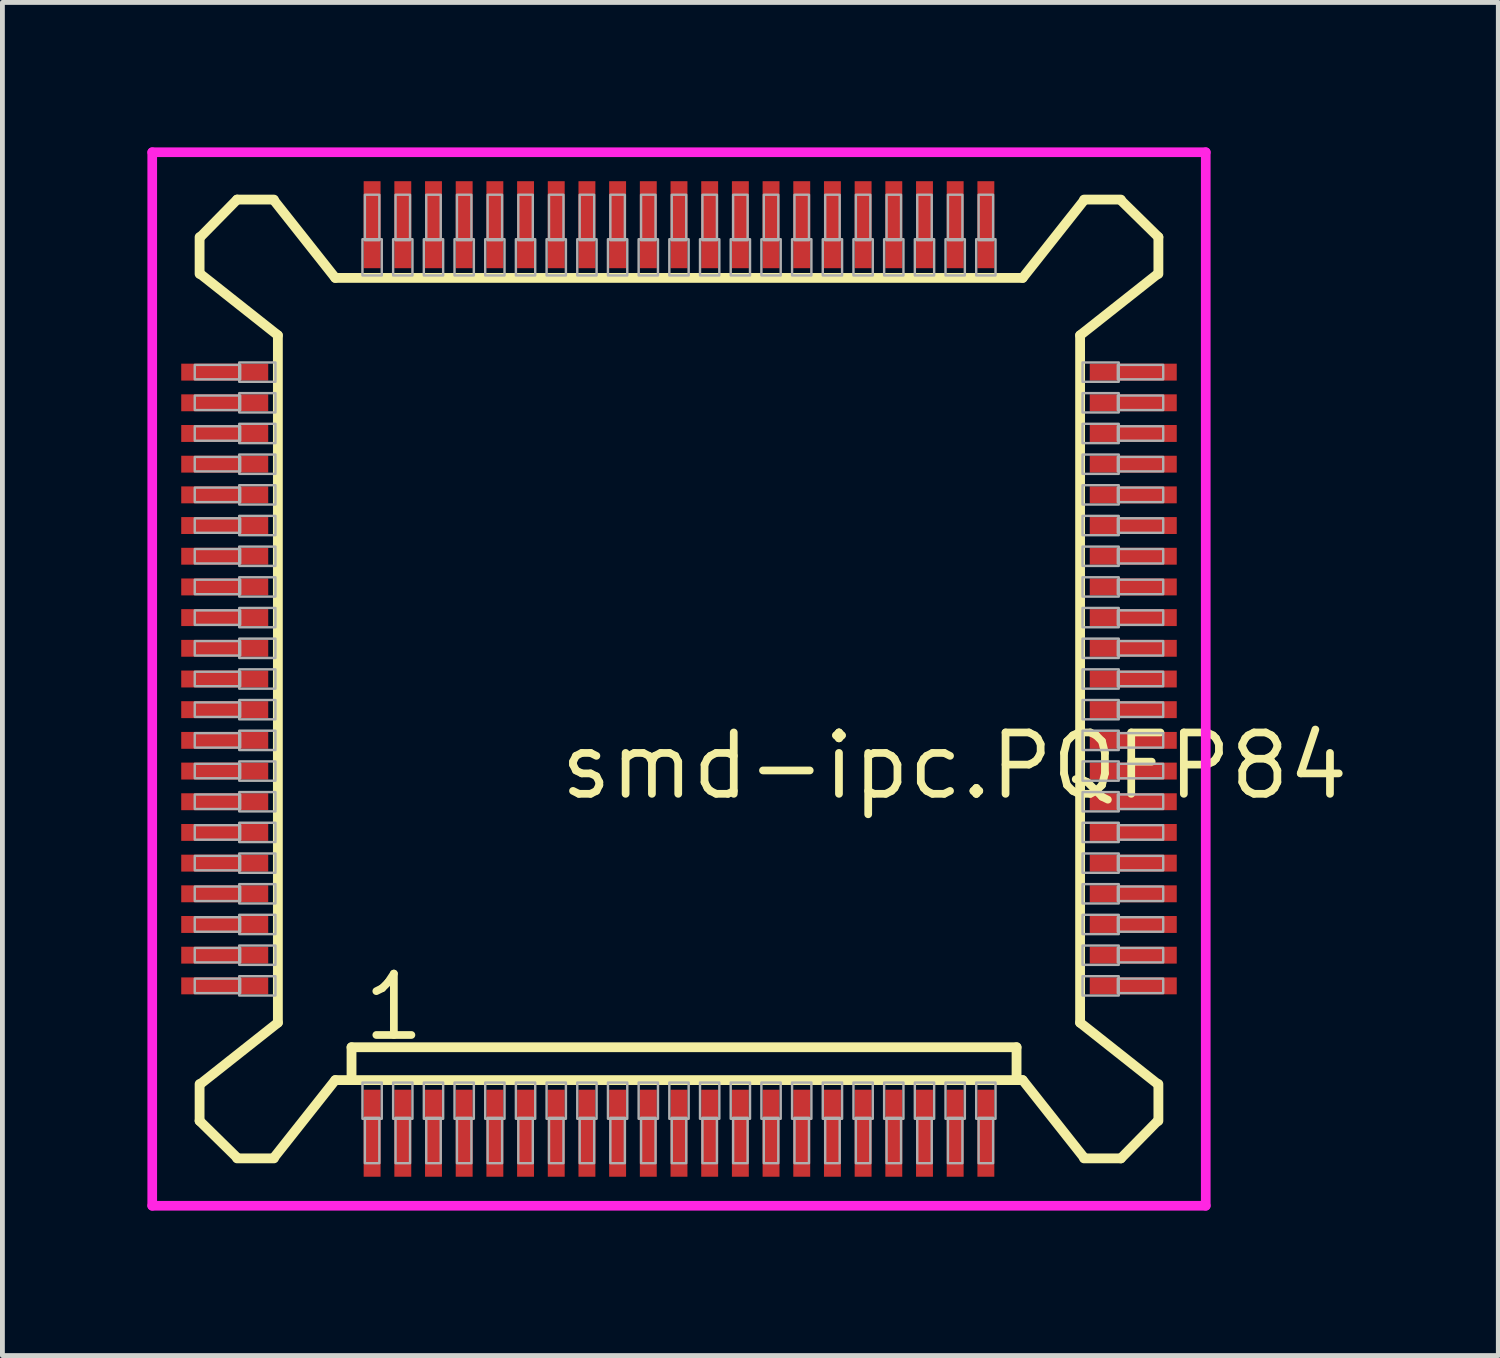
<source format=kicad_pcb>
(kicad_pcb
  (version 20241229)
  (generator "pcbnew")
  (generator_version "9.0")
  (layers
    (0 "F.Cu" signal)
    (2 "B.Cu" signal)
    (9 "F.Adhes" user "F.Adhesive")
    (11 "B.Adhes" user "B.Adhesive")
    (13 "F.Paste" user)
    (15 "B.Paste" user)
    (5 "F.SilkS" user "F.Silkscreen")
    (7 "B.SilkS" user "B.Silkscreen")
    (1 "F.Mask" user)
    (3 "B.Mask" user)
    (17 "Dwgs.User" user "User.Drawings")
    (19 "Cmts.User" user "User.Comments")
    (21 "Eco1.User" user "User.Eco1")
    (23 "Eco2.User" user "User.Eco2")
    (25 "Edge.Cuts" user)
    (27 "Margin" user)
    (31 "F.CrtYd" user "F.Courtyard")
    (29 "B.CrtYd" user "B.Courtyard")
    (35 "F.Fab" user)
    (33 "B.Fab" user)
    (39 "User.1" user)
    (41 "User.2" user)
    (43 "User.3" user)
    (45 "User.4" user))
  (footprint "smd-ipc.PQFP84"
    (layer "F.Cu")
    (at 11 11)
    (property "Reference" "smd-ipc.PQFP84" (at -2.54 2.54 0) (layer "F.SilkS") (effects (font (size 1.27 1.27) (thickness 0.16)) (justify left bottom)))
    (attr smd)
    (fp_line (start -9.92 -9.144) (end -9.92 -8.382) (stroke (width 0.203) (type default)) (layer "F.SilkS"))
    (fp_line (start -9.92 8.382) (end -9.92 9.144) (stroke (width 0.203) (type default)) (layer "F.SilkS"))
    (fp_line (start -9.92 9.144) (end -9.144 9.906) (stroke (width 0.203) (type default)) (layer "F.SilkS"))
    (fp_line (start -9.906 -8.382) (end -8.3 -7.112) (stroke (width 0.203) (type default)) (layer "F.SilkS"))
    (fp_line (start -9.144 -9.92) (end -9.906 -9.144) (stroke (width 0.203) (type default)) (layer "F.SilkS"))
    (fp_line (start -9.144 9.92) (end -8.382 9.92) (stroke (width 0.203) (type default)) (layer "F.SilkS"))
    (fp_line (start -8.382 -9.92) (end -9.144 -9.92) (stroke (width 0.203) (type default)) (layer "F.SilkS"))
    (fp_line (start -8.382 9.906) (end -7.112 8.3) (stroke (width 0.203) (type default)) (layer "F.SilkS"))
    (fp_line (start -8.3 -7.112) (end -8.3 7.112) (stroke (width 0.203) (type default)) (layer "F.SilkS"))
    (fp_line (start -8.3 7.112) (end -9.906 8.382) (stroke (width 0.203) (type default)) (layer "F.SilkS"))
    (fp_line (start -7.112 -8.3) (end -8.382 -9.906) (stroke (width 0.203) (type default)) (layer "F.SilkS"))
    (fp_line (start -7.112 8.3) (end -6.776 8.3) (stroke (width 0.203) (type default)) (layer "F.SilkS"))
    (fp_line (start -6.776 7.62) (end 6.985 7.62) (stroke (width 0.203) (type default)) (layer "F.SilkS"))
    (fp_line (start -6.776 8.3) (end -6.776 7.62) (stroke (width 0.203) (type default)) (layer "F.SilkS"))
    (fp_line (start -6.776 8.3) (end 7.112 8.3) (stroke (width 0.203) (type default)) (layer "F.SilkS"))
    (fp_line (start 6.985 7.62) (end 6.985 8.255) (stroke (width 0.203) (type default)) (layer "F.SilkS"))
    (fp_line (start 7.112 -8.3) (end -7.112 -8.3) (stroke (width 0.203) (type default)) (layer "F.SilkS"))
    (fp_line (start 7.112 8.3) (end 8.382 9.906) (stroke (width 0.203) (type default)) (layer "F.SilkS"))
    (fp_line (start 8.3 -7.112) (end 9.906 -8.382) (stroke (width 0.203) (type default)) (layer "F.SilkS"))
    (fp_line (start 8.3 7.112) (end 8.3 -7.112) (stroke (width 0.203) (type default)) (layer "F.SilkS"))
    (fp_line (start 8.382 -9.906) (end 7.112 -8.3) (stroke (width 0.203) (type default)) (layer "F.SilkS"))
    (fp_line (start 8.382 9.92) (end 9.144 9.92) (stroke (width 0.203) (type default)) (layer "F.SilkS"))
    (fp_line (start 9.144 -9.92) (end 8.382 -9.92) (stroke (width 0.203) (type default)) (layer "F.SilkS"))
    (fp_line (start 9.144 9.92) (end 9.906 9.144) (stroke (width 0.203) (type default)) (layer "F.SilkS"))
    (fp_line (start 9.906 8.382) (end 8.3 7.112) (stroke (width 0.203) (type default)) (layer "F.SilkS"))
    (fp_line (start 9.92 -9.144) (end 9.144 -9.906) (stroke (width 0.203) (type default)) (layer "F.SilkS"))
    (fp_line (start 9.92 -8.382) (end 9.92 -9.144) (stroke (width 0.203) (type default)) (layer "F.SilkS"))
    (fp_line (start 9.92 9.144) (end 9.92 8.382) (stroke (width 0.203) (type default)) (layer "F.SilkS"))
    (fp_line (start -10.9 -10.9) (end 10.9 -10.9) (stroke (width 0.2) (type default)) (layer "F.CrtYd"))
    (fp_line (start -10.9 10.9) (end -10.9 -10.9) (stroke (width 0.2) (type default)) (layer "F.CrtYd"))
    (fp_line (start 10.9 -10.9) (end 10.9 10.9) (stroke (width 0.2) (type default)) (layer "F.CrtYd"))
    (fp_line (start 10.9 10.9) (end -10.9 10.9) (stroke (width 0.2) (type default)) (layer "F.CrtYd"))
    (fp_rect (start -10.02 -6.2) (end -9.08 -6.5) (stroke (width 0.05) (type default)) (fill no) (layer "F.Fab"))
    (fp_rect (start -10.02 -5.565) (end -9.08 -5.865) (stroke (width 0.05) (type default)) (fill no) (layer "F.Fab"))
    (fp_rect (start -10.02 -4.93) (end -9.08 -5.23) (stroke (width 0.05) (type default)) (fill no) (layer "F.Fab"))
    (fp_rect (start -10.02 -4.295) (end -9.08 -4.595) (stroke (width 0.05) (type default)) (fill no) (layer "F.Fab"))
    (fp_rect (start -10.02 -3.66) (end -9.08 -3.96) (stroke (width 0.05) (type default)) (fill no) (layer "F.Fab"))
    (fp_rect (start -10.02 -3.025) (end -9.08 -3.325) (stroke (width 0.05) (type default)) (fill no) (layer "F.Fab"))
    (fp_rect (start -10.02 -2.39) (end -9.08 -2.69) (stroke (width 0.05) (type default)) (fill no) (layer "F.Fab"))
    (fp_rect (start -10.02 -1.755) (end -9.08 -2.055) (stroke (width 0.05) (type default)) (fill no) (layer "F.Fab"))
    (fp_rect (start -10.02 -1.12) (end -9.08 -1.42) (stroke (width 0.05) (type default)) (fill no) (layer "F.Fab"))
    (fp_rect (start -10.02 -0.485) (end -9.08 -0.785) (stroke (width 0.05) (type default)) (fill no) (layer "F.Fab"))
    (fp_rect (start -10.02 0.15) (end -9.08 -0.15) (stroke (width 0.05) (type default)) (fill no) (layer "F.Fab"))
    (fp_rect (start -10.02 0.785) (end -9.08 0.485) (stroke (width 0.05) (type default)) (fill no) (layer "F.Fab"))
    (fp_rect (start -10.02 1.42) (end -9.08 1.12) (stroke (width 0.05) (type default)) (fill no) (layer "F.Fab"))
    (fp_rect (start -10.02 2.055) (end -9.08 1.755) (stroke (width 0.05) (type default)) (fill no) (layer "F.Fab"))
    (fp_rect (start -10.02 2.69) (end -9.08 2.39) (stroke (width 0.05) (type default)) (fill no) (layer "F.Fab"))
    (fp_rect (start -10.02 3.325) (end -9.08 3.025) (stroke (width 0.05) (type default)) (fill no) (layer "F.Fab"))
    (fp_rect (start -10.02 3.96) (end -9.08 3.66) (stroke (width 0.05) (type default)) (fill no) (layer "F.Fab"))
    (fp_rect (start -10.02 4.595) (end -9.08 4.295) (stroke (width 0.05) (type default)) (fill no) (layer "F.Fab"))
    (fp_rect (start -10.02 5.23) (end -9.08 4.93) (stroke (width 0.05) (type default)) (fill no) (layer "F.Fab"))
    (fp_rect (start -10.02 5.865) (end -9.08 5.565) (stroke (width 0.05) (type default)) (fill no) (layer "F.Fab"))
    (fp_rect (start -10.02 6.5) (end -9.08 6.2) (stroke (width 0.05) (type default)) (fill no) (layer "F.Fab"))
    (fp_rect (start -9.1 -6.15) (end -8.35 -6.55) (stroke (width 0.05) (type default)) (fill no) (layer "F.Fab"))
    (fp_rect (start -9.1 -5.515) (end -8.35 -5.915) (stroke (width 0.05) (type default)) (fill no) (layer "F.Fab"))
    (fp_rect (start -9.1 -4.88) (end -8.35 -5.28) (stroke (width 0.05) (type default)) (fill no) (layer "F.Fab"))
    (fp_rect (start -9.1 -4.245) (end -8.35 -4.645) (stroke (width 0.05) (type default)) (fill no) (layer "F.Fab"))
    (fp_rect (start -9.1 -3.61) (end -8.35 -4.01) (stroke (width 0.05) (type default)) (fill no) (layer "F.Fab"))
    (fp_rect (start -9.1 -2.975) (end -8.35 -3.375) (stroke (width 0.05) (type default)) (fill no) (layer "F.Fab"))
    (fp_rect (start -9.1 -2.34) (end -8.35 -2.74) (stroke (width 0.05) (type default)) (fill no) (layer "F.Fab"))
    (fp_rect (start -9.1 -1.705) (end -8.35 -2.105) (stroke (width 0.05) (type default)) (fill no) (layer "F.Fab"))
    (fp_rect (start -9.1 -1.07) (end -8.35 -1.47) (stroke (width 0.05) (type default)) (fill no) (layer "F.Fab"))
    (fp_rect (start -9.1 -0.435) (end -8.35 -0.835) (stroke (width 0.05) (type default)) (fill no) (layer "F.Fab"))
    (fp_rect (start -9.1 0.2) (end -8.35 -0.2) (stroke (width 0.05) (type default)) (fill no) (layer "F.Fab"))
    (fp_rect (start -9.1 0.835) (end -8.35 0.435) (stroke (width 0.05) (type default)) (fill no) (layer "F.Fab"))
    (fp_rect (start -9.1 1.47) (end -8.35 1.07) (stroke (width 0.05) (type default)) (fill no) (layer "F.Fab"))
    (fp_rect (start -9.1 2.105) (end -8.35 1.705) (stroke (width 0.05) (type default)) (fill no) (layer "F.Fab"))
    (fp_rect (start -9.1 2.74) (end -8.35 2.34) (stroke (width 0.05) (type default)) (fill no) (layer "F.Fab"))
    (fp_rect (start -9.1 3.375) (end -8.35 2.975) (stroke (width 0.05) (type default)) (fill no) (layer "F.Fab"))
    (fp_rect (start -9.1 4.01) (end -8.35 3.61) (stroke (width 0.05) (type default)) (fill no) (layer "F.Fab"))
    (fp_rect (start -9.1 4.645) (end -8.35 4.245) (stroke (width 0.05) (type default)) (fill no) (layer "F.Fab"))
    (fp_rect (start -9.1 5.28) (end -8.35 4.88) (stroke (width 0.05) (type default)) (fill no) (layer "F.Fab"))
    (fp_rect (start -9.1 5.915) (end -8.35 5.515) (stroke (width 0.05) (type default)) (fill no) (layer "F.Fab"))
    (fp_rect (start -9.1 6.55) (end -8.35 6.15) (stroke (width 0.05) (type default)) (fill no) (layer "F.Fab"))
    (fp_rect (start -6.55 -8.35) (end -6.15 -9.1) (stroke (width 0.05) (type default)) (fill no) (layer "F.Fab"))
    (fp_rect (start -6.55 9.1) (end -6.15 8.35) (stroke (width 0.05) (type default)) (fill no) (layer "F.Fab"))
    (fp_rect (start -6.5 -9.08) (end -6.2 -10.02) (stroke (width 0.05) (type default)) (fill no) (layer "F.Fab"))
    (fp_rect (start -6.5 10.02) (end -6.2 9.08) (stroke (width 0.05) (type default)) (fill no) (layer "F.Fab"))
    (fp_rect (start -5.915 -8.35) (end -5.515 -9.1) (stroke (width 0.05) (type default)) (fill no) (layer "F.Fab"))
    (fp_rect (start -5.915 9.1) (end -5.515 8.35) (stroke (width 0.05) (type default)) (fill no) (layer "F.Fab"))
    (fp_rect (start -5.865 -9.08) (end -5.565 -10.02) (stroke (width 0.05) (type default)) (fill no) (layer "F.Fab"))
    (fp_rect (start -5.865 10.02) (end -5.565 9.08) (stroke (width 0.05) (type default)) (fill no) (layer "F.Fab"))
    (fp_rect (start -5.28 -8.35) (end -4.88 -9.1) (stroke (width 0.05) (type default)) (fill no) (layer "F.Fab"))
    (fp_rect (start -5.28 9.1) (end -4.88 8.35) (stroke (width 0.05) (type default)) (fill no) (layer "F.Fab"))
    (fp_rect (start -5.23 -9.08) (end -4.93 -10.02) (stroke (width 0.05) (type default)) (fill no) (layer "F.Fab"))
    (fp_rect (start -5.23 10.02) (end -4.93 9.08) (stroke (width 0.05) (type default)) (fill no) (layer "F.Fab"))
    (fp_rect (start -4.645 -8.35) (end -4.245 -9.1) (stroke (width 0.05) (type default)) (fill no) (layer "F.Fab"))
    (fp_rect (start -4.645 9.1) (end -4.245 8.35) (stroke (width 0.05) (type default)) (fill no) (layer "F.Fab"))
    (fp_rect (start -4.595 -9.08) (end -4.295 -10.02) (stroke (width 0.05) (type default)) (fill no) (layer "F.Fab"))
    (fp_rect (start -4.595 10.02) (end -4.295 9.08) (stroke (width 0.05) (type default)) (fill no) (layer "F.Fab"))
    (fp_rect (start -4.01 -8.35) (end -3.61 -9.1) (stroke (width 0.05) (type default)) (fill no) (layer "F.Fab"))
    (fp_rect (start -4.01 9.1) (end -3.61 8.35) (stroke (width 0.05) (type default)) (fill no) (layer "F.Fab"))
    (fp_rect (start -3.96 -9.08) (end -3.66 -10.02) (stroke (width 0.05) (type default)) (fill no) (layer "F.Fab"))
    (fp_rect (start -3.96 10.02) (end -3.66 9.08) (stroke (width 0.05) (type default)) (fill no) (layer "F.Fab"))
    (fp_rect (start -3.375 -8.35) (end -2.975 -9.1) (stroke (width 0.05) (type default)) (fill no) (layer "F.Fab"))
    (fp_rect (start -3.375 9.1) (end -2.975 8.35) (stroke (width 0.05) (type default)) (fill no) (layer "F.Fab"))
    (fp_rect (start -3.325 -9.08) (end -3.025 -10.02) (stroke (width 0.05) (type default)) (fill no) (layer "F.Fab"))
    (fp_rect (start -3.325 10.02) (end -3.025 9.08) (stroke (width 0.05) (type default)) (fill no) (layer "F.Fab"))
    (fp_rect (start -2.74 -8.35) (end -2.34 -9.1) (stroke (width 0.05) (type default)) (fill no) (layer "F.Fab"))
    (fp_rect (start -2.74 9.1) (end -2.34 8.35) (stroke (width 0.05) (type default)) (fill no) (layer "F.Fab"))
    (fp_rect (start -2.69 -9.08) (end -2.39 -10.02) (stroke (width 0.05) (type default)) (fill no) (layer "F.Fab"))
    (fp_rect (start -2.69 10.02) (end -2.39 9.08) (stroke (width 0.05) (type default)) (fill no) (layer "F.Fab"))
    (fp_rect (start -2.105 -8.35) (end -1.705 -9.1) (stroke (width 0.05) (type default)) (fill no) (layer "F.Fab"))
    (fp_rect (start -2.105 9.1) (end -1.705 8.35) (stroke (width 0.05) (type default)) (fill no) (layer "F.Fab"))
    (fp_rect (start -2.055 -9.08) (end -1.755 -10.02) (stroke (width 0.05) (type default)) (fill no) (layer "F.Fab"))
    (fp_rect (start -2.055 10.02) (end -1.755 9.08) (stroke (width 0.05) (type default)) (fill no) (layer "F.Fab"))
    (fp_rect (start -1.47 -8.35) (end -1.07 -9.1) (stroke (width 0.05) (type default)) (fill no) (layer "F.Fab"))
    (fp_rect (start -1.47 9.1) (end -1.07 8.35) (stroke (width 0.05) (type default)) (fill no) (layer "F.Fab"))
    (fp_rect (start -1.42 -9.08) (end -1.12 -10.02) (stroke (width 0.05) (type default)) (fill no) (layer "F.Fab"))
    (fp_rect (start -1.42 10.02) (end -1.12 9.08) (stroke (width 0.05) (type default)) (fill no) (layer "F.Fab"))
    (fp_rect (start -0.835 -8.35) (end -0.435 -9.1) (stroke (width 0.05) (type default)) (fill no) (layer "F.Fab"))
    (fp_rect (start -0.835 9.1) (end -0.435 8.35) (stroke (width 0.05) (type default)) (fill no) (layer "F.Fab"))
    (fp_rect (start -0.785 -9.08) (end -0.485 -10.02) (stroke (width 0.05) (type default)) (fill no) (layer "F.Fab"))
    (fp_rect (start -0.785 10.02) (end -0.485 9.08) (stroke (width 0.05) (type default)) (fill no) (layer "F.Fab"))
    (fp_rect (start -0.2 -8.35) (end 0.2 -9.1) (stroke (width 0.05) (type default)) (fill no) (layer "F.Fab"))
    (fp_rect (start -0.2 9.1) (end 0.2 8.35) (stroke (width 0.05) (type default)) (fill no) (layer "F.Fab"))
    (fp_rect (start -0.15 -9.08) (end 0.15 -10.02) (stroke (width 0.05) (type default)) (fill no) (layer "F.Fab"))
    (fp_rect (start -0.15 10.02) (end 0.15 9.08) (stroke (width 0.05) (type default)) (fill no) (layer "F.Fab"))
    (fp_rect (start 0.435 -8.35) (end 0.835 -9.1) (stroke (width 0.05) (type default)) (fill no) (layer "F.Fab"))
    (fp_rect (start 0.435 9.1) (end 0.835 8.35) (stroke (width 0.05) (type default)) (fill no) (layer "F.Fab"))
    (fp_rect (start 0.485 -9.08) (end 0.785 -10.02) (stroke (width 0.05) (type default)) (fill no) (layer "F.Fab"))
    (fp_rect (start 0.485 10.02) (end 0.785 9.08) (stroke (width 0.05) (type default)) (fill no) (layer "F.Fab"))
    (fp_rect (start 1.07 -8.35) (end 1.47 -9.1) (stroke (width 0.05) (type default)) (fill no) (layer "F.Fab"))
    (fp_rect (start 1.07 9.1) (end 1.47 8.35) (stroke (width 0.05) (type default)) (fill no) (layer "F.Fab"))
    (fp_rect (start 1.12 -9.08) (end 1.42 -10.02) (stroke (width 0.05) (type default)) (fill no) (layer "F.Fab"))
    (fp_rect (start 1.12 10.02) (end 1.42 9.08) (stroke (width 0.05) (type default)) (fill no) (layer "F.Fab"))
    (fp_rect (start 1.705 -8.35) (end 2.105 -9.1) (stroke (width 0.05) (type default)) (fill no) (layer "F.Fab"))
    (fp_rect (start 1.705 9.1) (end 2.105 8.35) (stroke (width 0.05) (type default)) (fill no) (layer "F.Fab"))
    (fp_rect (start 1.755 -9.08) (end 2.055 -10.02) (stroke (width 0.05) (type default)) (fill no) (layer "F.Fab"))
    (fp_rect (start 1.755 10.02) (end 2.055 9.08) (stroke (width 0.05) (type default)) (fill no) (layer "F.Fab"))
    (fp_rect (start 2.34 -8.35) (end 2.74 -9.1) (stroke (width 0.05) (type default)) (fill no) (layer "F.Fab"))
    (fp_rect (start 2.34 9.1) (end 2.74 8.35) (stroke (width 0.05) (type default)) (fill no) (layer "F.Fab"))
    (fp_rect (start 2.39 -9.08) (end 2.69 -10.02) (stroke (width 0.05) (type default)) (fill no) (layer "F.Fab"))
    (fp_rect (start 2.39 10.02) (end 2.69 9.08) (stroke (width 0.05) (type default)) (fill no) (layer "F.Fab"))
    (fp_rect (start 2.975 -8.35) (end 3.375 -9.1) (stroke (width 0.05) (type default)) (fill no) (layer "F.Fab"))
    (fp_rect (start 2.975 9.1) (end 3.375 8.35) (stroke (width 0.05) (type default)) (fill no) (layer "F.Fab"))
    (fp_rect (start 3.025 -9.08) (end 3.325 -10.02) (stroke (width 0.05) (type default)) (fill no) (layer "F.Fab"))
    (fp_rect (start 3.025 10.02) (end 3.325 9.08) (stroke (width 0.05) (type default)) (fill no) (layer "F.Fab"))
    (fp_rect (start 3.61 -8.35) (end 4.01 -9.1) (stroke (width 0.05) (type default)) (fill no) (layer "F.Fab"))
    (fp_rect (start 3.61 9.1) (end 4.01 8.35) (stroke (width 0.05) (type default)) (fill no) (layer "F.Fab"))
    (fp_rect (start 3.66 -9.08) (end 3.96 -10.02) (stroke (width 0.05) (type default)) (fill no) (layer "F.Fab"))
    (fp_rect (start 3.66 10.02) (end 3.96 9.08) (stroke (width 0.05) (type default)) (fill no) (layer "F.Fab"))
    (fp_rect (start 4.245 -8.35) (end 4.645 -9.1) (stroke (width 0.05) (type default)) (fill no) (layer "F.Fab"))
    (fp_rect (start 4.245 9.1) (end 4.645 8.35) (stroke (width 0.05) (type default)) (fill no) (layer "F.Fab"))
    (fp_rect (start 4.295 -9.08) (end 4.595 -10.02) (stroke (width 0.05) (type default)) (fill no) (layer "F.Fab"))
    (fp_rect (start 4.295 10.02) (end 4.595 9.08) (stroke (width 0.05) (type default)) (fill no) (layer "F.Fab"))
    (fp_rect (start 4.88 -8.35) (end 5.28 -9.1) (stroke (width 0.05) (type default)) (fill no) (layer "F.Fab"))
    (fp_rect (start 4.88 9.1) (end 5.28 8.35) (stroke (width 0.05) (type default)) (fill no) (layer "F.Fab"))
    (fp_rect (start 4.93 -9.08) (end 5.23 -10.02) (stroke (width 0.05) (type default)) (fill no) (layer "F.Fab"))
    (fp_rect (start 4.93 10.02) (end 5.23 9.08) (stroke (width 0.05) (type default)) (fill no) (layer "F.Fab"))
    (fp_rect (start 5.515 -8.35) (end 5.915 -9.1) (stroke (width 0.05) (type default)) (fill no) (layer "F.Fab"))
    (fp_rect (start 5.515 9.1) (end 5.915 8.35) (stroke (width 0.05) (type default)) (fill no) (layer "F.Fab"))
    (fp_rect (start 5.565 -9.08) (end 5.865 -10.02) (stroke (width 0.05) (type default)) (fill no) (layer "F.Fab"))
    (fp_rect (start 5.565 10.02) (end 5.865 9.08) (stroke (width 0.05) (type default)) (fill no) (layer "F.Fab"))
    (fp_rect (start 6.15 -8.35) (end 6.55 -9.1) (stroke (width 0.05) (type default)) (fill no) (layer "F.Fab"))
    (fp_rect (start 6.15 9.1) (end 6.55 8.35) (stroke (width 0.05) (type default)) (fill no) (layer "F.Fab"))
    (fp_rect (start 6.2 -9.08) (end 6.5 -10.02) (stroke (width 0.05) (type default)) (fill no) (layer "F.Fab"))
    (fp_rect (start 6.2 10.02) (end 6.5 9.08) (stroke (width 0.05) (type default)) (fill no) (layer "F.Fab"))
    (fp_rect (start 8.35 -6.15) (end 9.1 -6.55) (stroke (width 0.05) (type default)) (fill no) (layer "F.Fab"))
    (fp_rect (start 8.35 -5.515) (end 9.1 -5.915) (stroke (width 0.05) (type default)) (fill no) (layer "F.Fab"))
    (fp_rect (start 8.35 -4.88) (end 9.1 -5.28) (stroke (width 0.05) (type default)) (fill no) (layer "F.Fab"))
    (fp_rect (start 8.35 -4.245) (end 9.1 -4.645) (stroke (width 0.05) (type default)) (fill no) (layer "F.Fab"))
    (fp_rect (start 8.35 -3.61) (end 9.1 -4.01) (stroke (width 0.05) (type default)) (fill no) (layer "F.Fab"))
    (fp_rect (start 8.35 -2.975) (end 9.1 -3.375) (stroke (width 0.05) (type default)) (fill no) (layer "F.Fab"))
    (fp_rect (start 8.35 -2.34) (end 9.1 -2.74) (stroke (width 0.05) (type default)) (fill no) (layer "F.Fab"))
    (fp_rect (start 8.35 -1.705) (end 9.1 -2.105) (stroke (width 0.05) (type default)) (fill no) (layer "F.Fab"))
    (fp_rect (start 8.35 -1.07) (end 9.1 -1.47) (stroke (width 0.05) (type default)) (fill no) (layer "F.Fab"))
    (fp_rect (start 8.35 -0.435) (end 9.1 -0.835) (stroke (width 0.05) (type default)) (fill no) (layer "F.Fab"))
    (fp_rect (start 8.35 0.2) (end 9.1 -0.2) (stroke (width 0.05) (type default)) (fill no) (layer "F.Fab"))
    (fp_rect (start 8.35 0.835) (end 9.1 0.435) (stroke (width 0.05) (type default)) (fill no) (layer "F.Fab"))
    (fp_rect (start 8.35 1.47) (end 9.1 1.07) (stroke (width 0.05) (type default)) (fill no) (layer "F.Fab"))
    (fp_rect (start 8.35 2.105) (end 9.1 1.705) (stroke (width 0.05) (type default)) (fill no) (layer "F.Fab"))
    (fp_rect (start 8.35 2.74) (end 9.1 2.34) (stroke (width 0.05) (type default)) (fill no) (layer "F.Fab"))
    (fp_rect (start 8.35 3.375) (end 9.1 2.975) (stroke (width 0.05) (type default)) (fill no) (layer "F.Fab"))
    (fp_rect (start 8.35 4.01) (end 9.1 3.61) (stroke (width 0.05) (type default)) (fill no) (layer "F.Fab"))
    (fp_rect (start 8.35 4.645) (end 9.1 4.245) (stroke (width 0.05) (type default)) (fill no) (layer "F.Fab"))
    (fp_rect (start 8.35 5.28) (end 9.1 4.88) (stroke (width 0.05) (type default)) (fill no) (layer "F.Fab"))
    (fp_rect (start 8.35 5.915) (end 9.1 5.515) (stroke (width 0.05) (type default)) (fill no) (layer "F.Fab"))
    (fp_rect (start 8.35 6.55) (end 9.1 6.15) (stroke (width 0.05) (type default)) (fill no) (layer "F.Fab"))
    (fp_rect (start 9.08 -6.2) (end 10.02 -6.5) (stroke (width 0.05) (type default)) (fill no) (layer "F.Fab"))
    (fp_rect (start 9.08 -5.565) (end 10.02 -5.865) (stroke (width 0.05) (type default)) (fill no) (layer "F.Fab"))
    (fp_rect (start 9.08 -4.93) (end 10.02 -5.23) (stroke (width 0.05) (type default)) (fill no) (layer "F.Fab"))
    (fp_rect (start 9.08 -4.295) (end 10.02 -4.595) (stroke (width 0.05) (type default)) (fill no) (layer "F.Fab"))
    (fp_rect (start 9.08 -3.66) (end 10.02 -3.96) (stroke (width 0.05) (type default)) (fill no) (layer "F.Fab"))
    (fp_rect (start 9.08 -3.025) (end 10.02 -3.325) (stroke (width 0.05) (type default)) (fill no) (layer "F.Fab"))
    (fp_rect (start 9.08 -2.39) (end 10.02 -2.69) (stroke (width 0.05) (type default)) (fill no) (layer "F.Fab"))
    (fp_rect (start 9.08 -1.755) (end 10.02 -2.055) (stroke (width 0.05) (type default)) (fill no) (layer "F.Fab"))
    (fp_rect (start 9.08 -1.12) (end 10.02 -1.42) (stroke (width 0.05) (type default)) (fill no) (layer "F.Fab"))
    (fp_rect (start 9.08 -0.485) (end 10.02 -0.785) (stroke (width 0.05) (type default)) (fill no) (layer "F.Fab"))
    (fp_rect (start 9.08 0.15) (end 10.02 -0.15) (stroke (width 0.05) (type default)) (fill no) (layer "F.Fab"))
    (fp_rect (start 9.08 0.785) (end 10.02 0.485) (stroke (width 0.05) (type default)) (fill no) (layer "F.Fab"))
    (fp_rect (start 9.08 1.42) (end 10.02 1.12) (stroke (width 0.05) (type default)) (fill no) (layer "F.Fab"))
    (fp_rect (start 9.08 2.055) (end 10.02 1.755) (stroke (width 0.05) (type default)) (fill no) (layer "F.Fab"))
    (fp_rect (start 9.08 2.69) (end 10.02 2.39) (stroke (width 0.05) (type default)) (fill no) (layer "F.Fab"))
    (fp_rect (start 9.08 3.325) (end 10.02 3.025) (stroke (width 0.05) (type default)) (fill no) (layer "F.Fab"))
    (fp_rect (start 9.08 3.96) (end 10.02 3.66) (stroke (width 0.05) (type default)) (fill no) (layer "F.Fab"))
    (fp_rect (start 9.08 4.595) (end 10.02 4.295) (stroke (width 0.05) (type default)) (fill no) (layer "F.Fab"))
    (fp_rect (start 9.08 5.23) (end 10.02 4.93) (stroke (width 0.05) (type default)) (fill no) (layer "F.Fab"))
    (fp_rect (start 9.08 5.865) (end 10.02 5.565) (stroke (width 0.05) (type default)) (fill no) (layer "F.Fab"))
    (fp_rect (start 9.08 6.5) (end 10.02 6.2) (stroke (width 0.05) (type default)) (fill no) (layer "F.Fab"))
    (fp_text user "1" (at -6.61 7.53 0) (layer "F.SilkS") (effects (font (size 1.27 1.27) (thickness 0.16)) (justify left bottom)))
    (pad "1" smd roundrect (at -6.35 9.4) (size 0.35 1.8) (layers "F.Cu" "F.Mask" "F.Paste") (roundrect_rratio 0.01))
    (pad "2" smd roundrect (at -5.715 9.4) (size 0.35 1.8) (layers "F.Cu" "F.Mask" "F.Paste") (roundrect_rratio 0.01))
    (pad "3" smd roundrect (at -5.08 9.4) (size 0.35 1.8) (layers "F.Cu" "F.Mask" "F.Paste") (roundrect_rratio 0.01))
    (pad "4" smd roundrect (at -4.445 9.4) (size 0.35 1.8) (layers "F.Cu" "F.Mask" "F.Paste") (roundrect_rratio 0.01))
    (pad "5" smd roundrect (at -3.81 9.4) (size 0.35 1.8) (layers "F.Cu" "F.Mask" "F.Paste") (roundrect_rratio 0.01))
    (pad "6" smd roundrect (at -3.175 9.4) (size 0.35 1.8) (layers "F.Cu" "F.Mask" "F.Paste") (roundrect_rratio 0.01))
    (pad "7" smd roundrect (at -2.54 9.4) (size 0.35 1.8) (layers "F.Cu" "F.Mask" "F.Paste") (roundrect_rratio 0.01))
    (pad "8" smd roundrect (at -1.905 9.4) (size 0.35 1.8) (layers "F.Cu" "F.Mask" "F.Paste") (roundrect_rratio 0.01))
    (pad "9" smd roundrect (at -1.27 9.4) (size 0.35 1.8) (layers "F.Cu" "F.Mask" "F.Paste") (roundrect_rratio 0.01))
    (pad "10" smd roundrect (at -0.635 9.4) (size 0.35 1.8) (layers "F.Cu" "F.Mask" "F.Paste") (roundrect_rratio 0.01))
    (pad "11" smd roundrect (at 0 9.4) (size 0.35 1.8) (layers "F.Cu" "F.Mask" "F.Paste") (roundrect_rratio 0.01))
    (pad "12" smd roundrect (at 0.635 9.4) (size 0.35 1.8) (layers "F.Cu" "F.Mask" "F.Paste") (roundrect_rratio 0.01))
    (pad "13" smd roundrect (at 1.27 9.4) (size 0.35 1.8) (layers "F.Cu" "F.Mask" "F.Paste") (roundrect_rratio 0.01))
    (pad "14" smd roundrect (at 1.905 9.4) (size 0.35 1.8) (layers "F.Cu" "F.Mask" "F.Paste") (roundrect_rratio 0.01))
    (pad "15" smd roundrect (at 2.54 9.4) (size 0.35 1.8) (layers "F.Cu" "F.Mask" "F.Paste") (roundrect_rratio 0.01))
    (pad "16" smd roundrect (at 3.175 9.4) (size 0.35 1.8) (layers "F.Cu" "F.Mask" "F.Paste") (roundrect_rratio 0.01))
    (pad "17" smd roundrect (at 3.81 9.4) (size 0.35 1.8) (layers "F.Cu" "F.Mask" "F.Paste") (roundrect_rratio 0.01))
    (pad "18" smd roundrect (at 4.445 9.4) (size 0.35 1.8) (layers "F.Cu" "F.Mask" "F.Paste") (roundrect_rratio 0.01))
    (pad "19" smd roundrect (at 5.08 9.4) (size 0.35 1.8) (layers "F.Cu" "F.Mask" "F.Paste") (roundrect_rratio 0.01))
    (pad "20" smd roundrect (at 5.715 9.4) (size 0.35 1.8) (layers "F.Cu" "F.Mask" "F.Paste") (roundrect_rratio 0.01))
    (pad "21" smd roundrect (at 6.35 9.4) (size 0.35 1.8) (layers "F.Cu" "F.Mask" "F.Paste") (roundrect_rratio 0.01))
    (pad "22" smd roundrect (at 9.4 6.35) (size 1.8 0.35) (layers "F.Cu" "F.Mask" "F.Paste") (roundrect_rratio 0.01))
    (pad "23" smd roundrect (at 9.4 5.715) (size 1.8 0.35) (layers "F.Cu" "F.Mask" "F.Paste") (roundrect_rratio 0.01))
    (pad "24" smd roundrect (at 9.4 5.08) (size 1.8 0.35) (layers "F.Cu" "F.Mask" "F.Paste") (roundrect_rratio 0.01))
    (pad "25" smd roundrect (at 9.4 4.445) (size 1.8 0.35) (layers "F.Cu" "F.Mask" "F.Paste") (roundrect_rratio 0.01))
    (pad "26" smd roundrect (at 9.4 3.81) (size 1.8 0.35) (layers "F.Cu" "F.Mask" "F.Paste") (roundrect_rratio 0.01))
    (pad "27" smd roundrect (at 9.4 3.175) (size 1.8 0.35) (layers "F.Cu" "F.Mask" "F.Paste") (roundrect_rratio 0.01))
    (pad "28" smd roundrect (at 9.4 2.54) (size 1.8 0.35) (layers "F.Cu" "F.Mask" "F.Paste") (roundrect_rratio 0.01))
    (pad "29" smd roundrect (at 9.4 1.905) (size 1.8 0.35) (layers "F.Cu" "F.Mask" "F.Paste") (roundrect_rratio 0.01))
    (pad "30" smd roundrect (at 9.4 1.27) (size 1.8 0.35) (layers "F.Cu" "F.Mask" "F.Paste") (roundrect_rratio 0.01))
    (pad "31" smd roundrect (at 9.4 0.635) (size 1.8 0.35) (layers "F.Cu" "F.Mask" "F.Paste") (roundrect_rratio 0.01))
    (pad "32" smd roundrect (at 9.4 0) (size 1.8 0.35) (layers "F.Cu" "F.Mask" "F.Paste") (roundrect_rratio 0.01))
    (pad "33" smd roundrect (at 9.4 -0.635) (size 1.8 0.35) (layers "F.Cu" "F.Mask" "F.Paste") (roundrect_rratio 0.01))
    (pad "34" smd roundrect (at 9.4 -1.27) (size 1.8 0.35) (layers "F.Cu" "F.Mask" "F.Paste") (roundrect_rratio 0.01))
    (pad "35" smd roundrect (at 9.4 -1.905) (size 1.8 0.35) (layers "F.Cu" "F.Mask" "F.Paste") (roundrect_rratio 0.01))
    (pad "36" smd roundrect (at 9.4 -2.54) (size 1.8 0.35) (layers "F.Cu" "F.Mask" "F.Paste") (roundrect_rratio 0.01))
    (pad "37" smd roundrect (at 9.4 -3.175) (size 1.8 0.35) (layers "F.Cu" "F.Mask" "F.Paste") (roundrect_rratio 0.01))
    (pad "38" smd roundrect (at 9.4 -3.81) (size 1.8 0.35) (layers "F.Cu" "F.Mask" "F.Paste") (roundrect_rratio 0.01))
    (pad "39" smd roundrect (at 9.4 -4.445) (size 1.8 0.35) (layers "F.Cu" "F.Mask" "F.Paste") (roundrect_rratio 0.01))
    (pad "40" smd roundrect (at 9.4 -5.08) (size 1.8 0.35) (layers "F.Cu" "F.Mask" "F.Paste") (roundrect_rratio 0.01))
    (pad "41" smd roundrect (at 9.4 -5.715) (size 1.8 0.35) (layers "F.Cu" "F.Mask" "F.Paste") (roundrect_rratio 0.01))
    (pad "42" smd roundrect (at 9.4 -6.35) (size 1.8 0.35) (layers "F.Cu" "F.Mask" "F.Paste") (roundrect_rratio 0.01))
    (pad "43" smd roundrect (at 6.35 -9.4) (size 0.35 1.8) (layers "F.Cu" "F.Mask" "F.Paste") (roundrect_rratio 0.01))
    (pad "44" smd roundrect (at 5.715 -9.4) (size 0.35 1.8) (layers "F.Cu" "F.Mask" "F.Paste") (roundrect_rratio 0.01))
    (pad "45" smd roundrect (at 5.08 -9.4) (size 0.35 1.8) (layers "F.Cu" "F.Mask" "F.Paste") (roundrect_rratio 0.01))
    (pad "46" smd roundrect (at 4.445 -9.4) (size 0.35 1.8) (layers "F.Cu" "F.Mask" "F.Paste") (roundrect_rratio 0.01))
    (pad "47" smd roundrect (at 3.81 -9.4) (size 0.35 1.8) (layers "F.Cu" "F.Mask" "F.Paste") (roundrect_rratio 0.01))
    (pad "48" smd roundrect (at 3.175 -9.4) (size 0.35 1.8) (layers "F.Cu" "F.Mask" "F.Paste") (roundrect_rratio 0.01))
    (pad "49" smd roundrect (at 2.54 -9.4) (size 0.35 1.8) (layers "F.Cu" "F.Mask" "F.Paste") (roundrect_rratio 0.01))
    (pad "50" smd roundrect (at 1.905 -9.4) (size 0.35 1.8) (layers "F.Cu" "F.Mask" "F.Paste") (roundrect_rratio 0.01))
    (pad "51" smd roundrect (at 1.27 -9.4) (size 0.35 1.8) (layers "F.Cu" "F.Mask" "F.Paste") (roundrect_rratio 0.01))
    (pad "52" smd roundrect (at 0.635 -9.4) (size 0.35 1.8) (layers "F.Cu" "F.Mask" "F.Paste") (roundrect_rratio 0.01))
    (pad "53" smd roundrect (at 0 -9.4) (size 0.35 1.8) (layers "F.Cu" "F.Mask" "F.Paste") (roundrect_rratio 0.01))
    (pad "54" smd roundrect (at -0.635 -9.4) (size 0.35 1.8) (layers "F.Cu" "F.Mask" "F.Paste") (roundrect_rratio 0.01))
    (pad "55" smd roundrect (at -1.27 -9.4) (size 0.35 1.8) (layers "F.Cu" "F.Mask" "F.Paste") (roundrect_rratio 0.01))
    (pad "56" smd roundrect (at -1.905 -9.4) (size 0.35 1.8) (layers "F.Cu" "F.Mask" "F.Paste") (roundrect_rratio 0.01))
    (pad "57" smd roundrect (at -2.54 -9.4) (size 0.35 1.8) (layers "F.Cu" "F.Mask" "F.Paste") (roundrect_rratio 0.01))
    (pad "58" smd roundrect (at -3.175 -9.4) (size 0.35 1.8) (layers "F.Cu" "F.Mask" "F.Paste") (roundrect_rratio 0.01))
    (pad "59" smd roundrect (at -3.81 -9.4) (size 0.35 1.8) (layers "F.Cu" "F.Mask" "F.Paste") (roundrect_rratio 0.01))
    (pad "60" smd roundrect (at -4.445 -9.4) (size 0.35 1.8) (layers "F.Cu" "F.Mask" "F.Paste") (roundrect_rratio 0.01))
    (pad "61" smd roundrect (at -5.08 -9.4) (size 0.35 1.8) (layers "F.Cu" "F.Mask" "F.Paste") (roundrect_rratio 0.01))
    (pad "62" smd roundrect (at -5.715 -9.4) (size 0.35 1.8) (layers "F.Cu" "F.Mask" "F.Paste") (roundrect_rratio 0.01))
    (pad "63" smd roundrect (at -6.35 -9.4) (size 0.35 1.8) (layers "F.Cu" "F.Mask" "F.Paste") (roundrect_rratio 0.01))
    (pad "64" smd roundrect (at -9.4 -6.35) (size 1.8 0.35) (layers "F.Cu" "F.Mask" "F.Paste") (roundrect_rratio 0.01))
    (pad "65" smd roundrect (at -9.4 -5.715) (size 1.8 0.35) (layers "F.Cu" "F.Mask" "F.Paste") (roundrect_rratio 0.01))
    (pad "66" smd roundrect (at -9.4 -5.08) (size 1.8 0.35) (layers "F.Cu" "F.Mask" "F.Paste") (roundrect_rratio 0.01))
    (pad "67" smd roundrect (at -9.4 -4.445) (size 1.8 0.35) (layers "F.Cu" "F.Mask" "F.Paste") (roundrect_rratio 0.01))
    (pad "68" smd roundrect (at -9.4 -3.81) (size 1.8 0.35) (layers "F.Cu" "F.Mask" "F.Paste") (roundrect_rratio 0.01))
    (pad "69" smd roundrect (at -9.4 -3.175) (size 1.8 0.35) (layers "F.Cu" "F.Mask" "F.Paste") (roundrect_rratio 0.01))
    (pad "70" smd roundrect (at -9.4 -2.54) (size 1.8 0.35) (layers "F.Cu" "F.Mask" "F.Paste") (roundrect_rratio 0.01))
    (pad "71" smd roundrect (at -9.4 -1.905) (size 1.8 0.35) (layers "F.Cu" "F.Mask" "F.Paste") (roundrect_rratio 0.01))
    (pad "72" smd roundrect (at -9.4 -1.27) (size 1.8 0.35) (layers "F.Cu" "F.Mask" "F.Paste") (roundrect_rratio 0.01))
    (pad "73" smd roundrect (at -9.4 -0.635) (size 1.8 0.35) (layers "F.Cu" "F.Mask" "F.Paste") (roundrect_rratio 0.01))
    (pad "74" smd roundrect (at -9.4 0) (size 1.8 0.35) (layers "F.Cu" "F.Mask" "F.Paste") (roundrect_rratio 0.01))
    (pad "75" smd roundrect (at -9.4 0.635) (size 1.8 0.35) (layers "F.Cu" "F.Mask" "F.Paste") (roundrect_rratio 0.01))
    (pad "76" smd roundrect (at -9.4 1.27) (size 1.8 0.35) (layers "F.Cu" "F.Mask" "F.Paste") (roundrect_rratio 0.01))
    (pad "77" smd roundrect (at -9.4 1.905) (size 1.8 0.35) (layers "F.Cu" "F.Mask" "F.Paste") (roundrect_rratio 0.01))
    (pad "78" smd roundrect (at -9.4 2.54) (size 1.8 0.35) (layers "F.Cu" "F.Mask" "F.Paste") (roundrect_rratio 0.01))
    (pad "79" smd roundrect (at -9.4 3.175) (size 1.8 0.35) (layers "F.Cu" "F.Mask" "F.Paste") (roundrect_rratio 0.01))
    (pad "80" smd roundrect (at -9.4 3.81) (size 1.8 0.35) (layers "F.Cu" "F.Mask" "F.Paste") (roundrect_rratio 0.01))
    (pad "81" smd roundrect (at -9.4 4.445) (size 1.8 0.35) (layers "F.Cu" "F.Mask" "F.Paste") (roundrect_rratio 0.01))
    (pad "82" smd roundrect (at -9.4 5.08) (size 1.8 0.35) (layers "F.Cu" "F.Mask" "F.Paste") (roundrect_rratio 0.01))
    (pad "83" smd roundrect (at -9.4 5.715) (size 1.8 0.35) (layers "F.Cu" "F.Mask" "F.Paste") (roundrect_rratio 0.01))
    (pad "84" smd roundrect (at -9.4 6.35) (size 1.8 0.35) (layers "F.Cu" "F.Mask" "F.Paste") (roundrect_rratio 0.01)))
  (gr_rect
    (start -3 -3)
    (end 27.954 25)
    (stroke (width 0.1) (type default))
    (fill no)
    (layer "Edge.Cuts")))
</source>
